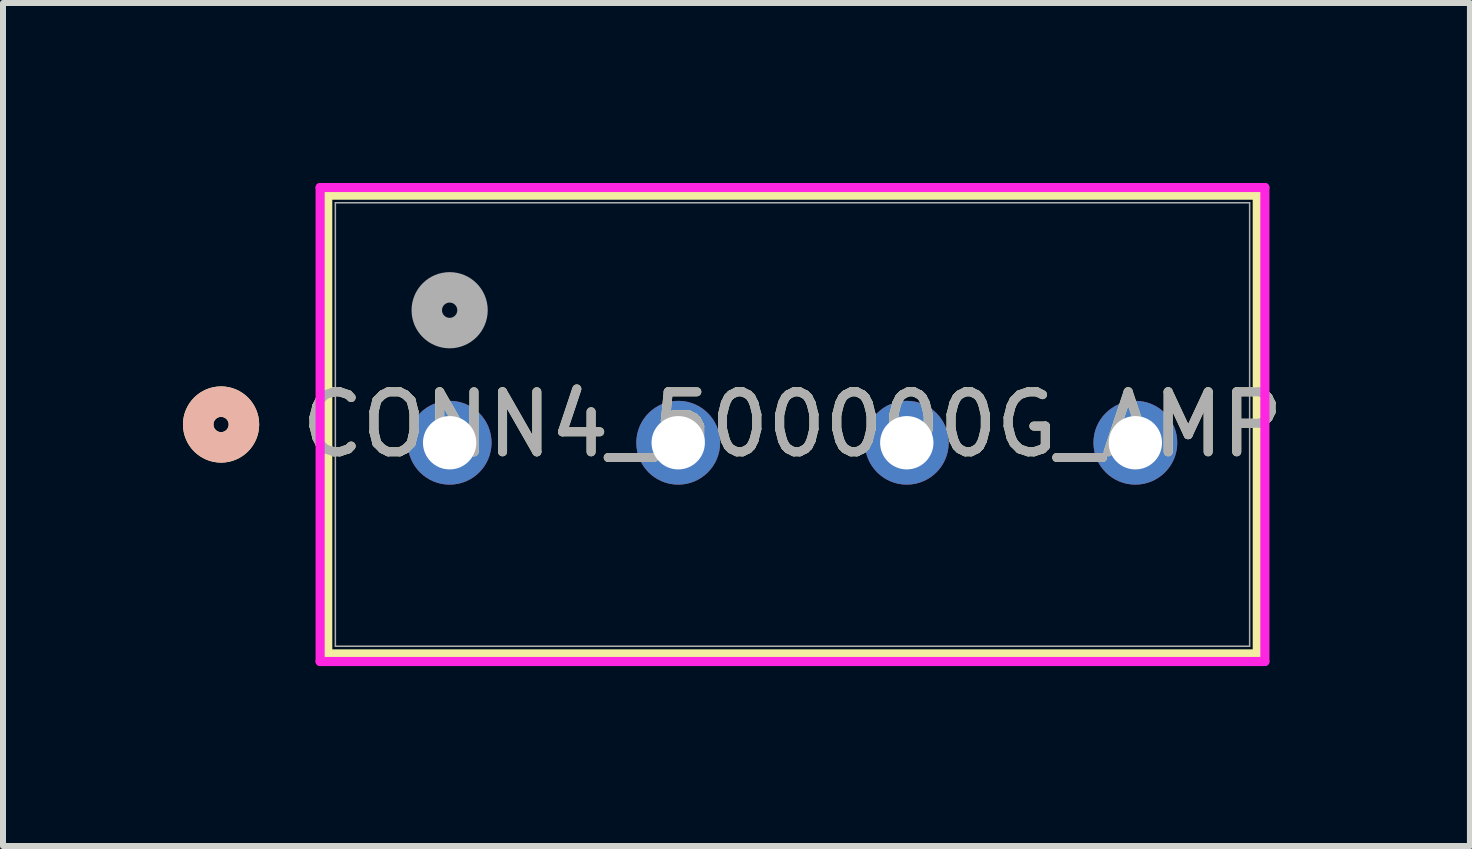
<source format=kicad_pcb>
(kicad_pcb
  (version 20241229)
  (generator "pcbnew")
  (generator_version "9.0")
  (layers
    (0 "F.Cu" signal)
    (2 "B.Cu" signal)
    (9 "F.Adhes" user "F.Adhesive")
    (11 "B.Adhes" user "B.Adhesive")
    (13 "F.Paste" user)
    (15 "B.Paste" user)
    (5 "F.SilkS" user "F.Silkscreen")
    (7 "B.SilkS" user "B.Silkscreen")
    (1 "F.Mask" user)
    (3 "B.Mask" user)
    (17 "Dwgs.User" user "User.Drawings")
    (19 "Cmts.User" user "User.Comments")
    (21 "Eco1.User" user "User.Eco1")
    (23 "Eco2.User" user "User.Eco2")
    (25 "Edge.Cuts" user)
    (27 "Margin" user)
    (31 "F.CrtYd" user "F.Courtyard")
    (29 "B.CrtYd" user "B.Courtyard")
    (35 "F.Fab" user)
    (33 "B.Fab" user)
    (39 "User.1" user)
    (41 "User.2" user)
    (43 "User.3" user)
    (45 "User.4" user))
  (footprint "CONN4_500000G_AMP"
    (layer "F.Cu")
    (at 4.445 4.33)
    (property "Reference" "CONN4_500000G_AMP" (at 5.715 -0.304 0) (unlocked yes) (layer "F.SilkS") (effects (font (size 1 1) (thickness 0.15))))
    (attr through_hole)
    (fp_line (start -2.032 -4.127) (end -2.032 3.519) (stroke (width 0.152) (type solid)) (layer "F.SilkS"))
    (fp_line (start -2.032 3.519) (end 13.462 3.519) (stroke (width 0.152) (type solid)) (layer "F.SilkS"))
    (fp_line (start 13.462 -4.127) (end -2.032 -4.127) (stroke (width 0.152) (type solid)) (layer "F.SilkS"))
    (fp_line (start 13.462 3.519) (end 13.462 -4.127) (stroke (width 0.152) (type solid)) (layer "F.SilkS"))
    (fp_circle (center -3.81 -0.304) (end -3.429 -0.304) (stroke (width 0.508) (type solid)) (fill no) (layer "F.SilkS"))
    (fp_circle (center -3.81 -0.304) (end -3.429 -0.304) (stroke (width 0.508) (type solid)) (fill no) (layer "B.SilkS"))
    (fp_line (start -2.159 -4.254) (end -2.159 3.646) (stroke (width 0.152) (type solid)) (layer "F.CrtYd"))
    (fp_line (start -2.159 3.646) (end 13.589 3.646) (stroke (width 0.152) (type solid)) (layer "F.CrtYd"))
    (fp_line (start 13.589 -4.254) (end -2.159 -4.254) (stroke (width 0.152) (type solid)) (layer "F.CrtYd"))
    (fp_line (start 13.589 3.646) (end 13.589 -4.254) (stroke (width 0.152) (type solid)) (layer "F.CrtYd"))
    (fp_line (start -1.905 -4) (end -1.905 3.392) (stroke (width 0.025) (type solid)) (layer "F.Fab"))
    (fp_line (start -1.905 3.392) (end 13.335 3.392) (stroke (width 0.025) (type solid)) (layer "F.Fab"))
    (fp_line (start 13.335 -4) (end -1.905 -4) (stroke (width 0.025) (type solid)) (layer "F.Fab"))
    (fp_line (start 13.335 3.392) (end 13.335 -4) (stroke (width 0.025) (type solid)) (layer "F.Fab"))
    (fp_circle (center 0 -2.209) (end 0.381 -2.209) (stroke (width 0.508) (type solid)) (fill no) (layer "F.Fab"))
    (fp_text user "${REFERENCE}" (at 5.715 -0.304 0) (unlocked yes) (layer "F.Fab") (effects (font (size 1 1) (thickness 0.15))))
    (pad "1" thru_hole circle (at 0 0) (size 1.397 1.397) (drill 0.889) (layers "*.Cu" "*.Mask"))
    (pad "2" thru_hole circle (at 3.81 0) (size 1.397 1.397) (drill 0.889) (layers "*.Cu" "*.Mask"))
    (pad "3" thru_hole circle (at 7.62 0) (size 1.397 1.397) (drill 0.889) (layers "*.Cu" "*.Mask"))
    (pad "4" thru_hole circle (at 11.43 0) (size 1.397 1.397) (drill 0.889) (layers "*.Cu" "*.Mask")))
  (gr_rect
    (start -3 -3)
    (end 21.452 11.052)
    (stroke (width 0.1) (type default))
    (fill no)
    (layer "Edge.Cuts")))
</source>
